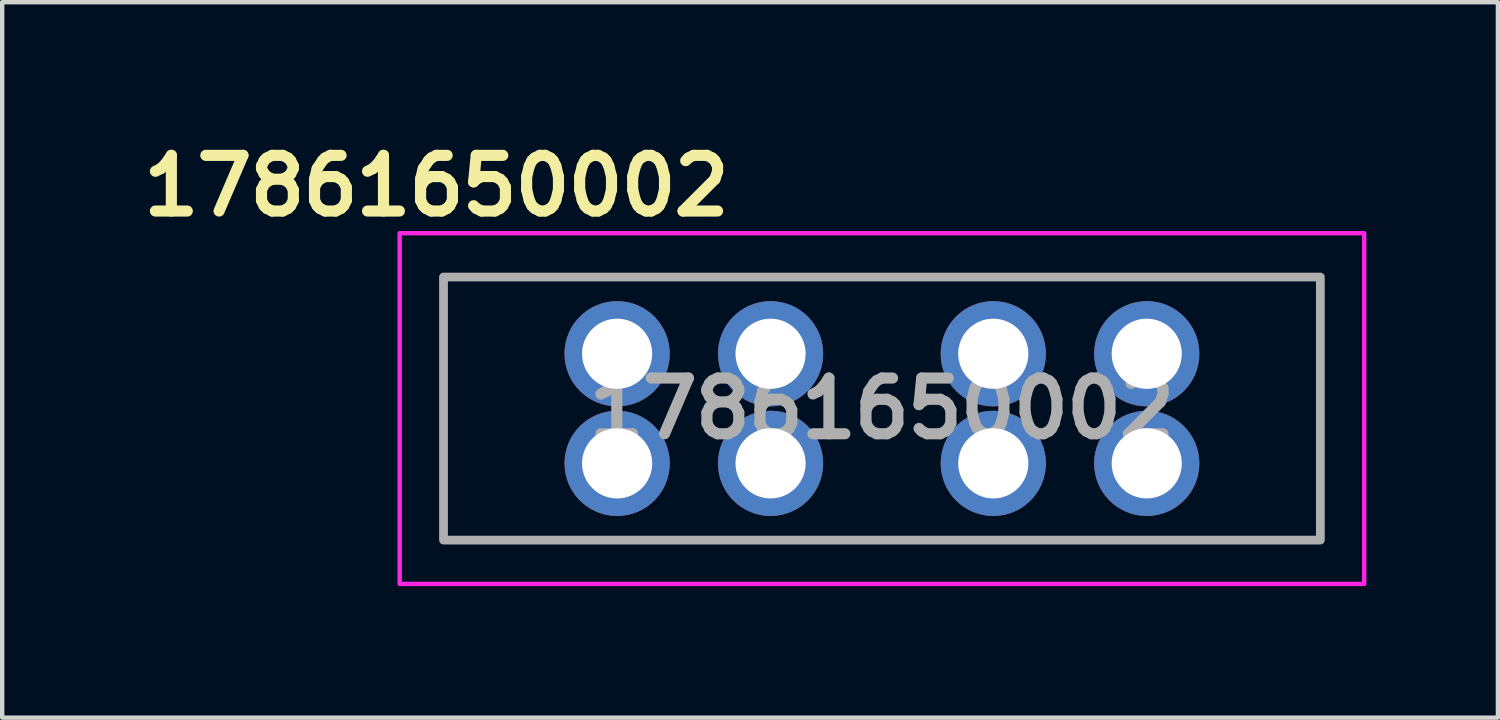
<source format=kicad_pcb>
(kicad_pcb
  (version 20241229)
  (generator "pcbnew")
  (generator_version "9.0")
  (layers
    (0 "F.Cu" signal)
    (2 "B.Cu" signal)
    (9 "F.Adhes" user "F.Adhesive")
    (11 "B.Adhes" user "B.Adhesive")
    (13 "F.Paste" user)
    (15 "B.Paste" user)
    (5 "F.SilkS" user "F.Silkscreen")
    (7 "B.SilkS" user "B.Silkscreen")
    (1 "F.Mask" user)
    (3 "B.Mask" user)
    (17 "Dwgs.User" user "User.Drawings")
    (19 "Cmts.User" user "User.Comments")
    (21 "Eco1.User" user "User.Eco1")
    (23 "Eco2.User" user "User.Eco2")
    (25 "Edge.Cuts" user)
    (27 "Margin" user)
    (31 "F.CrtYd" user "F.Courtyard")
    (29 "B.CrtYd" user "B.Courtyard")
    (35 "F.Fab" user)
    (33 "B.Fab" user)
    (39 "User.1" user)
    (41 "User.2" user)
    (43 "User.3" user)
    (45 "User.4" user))
  (footprint "17861650002"
    (layer "F.Cu")
    (at 17.066 6.269)
    (property "Reference" "17861650002" (at -10.16 -5.08 0) (layer "F.SilkS") (effects (font (size 1.27 1.27) (thickness 0.254))))
    (attr through_hole)
    (fp_rect (start -10 -3) (end 10 3) (stroke (width 0.1) (type solid)) (fill no) (layer "F.SilkS"))
    (fp_rect (start -11 -4) (end 11 4) (stroke (width 0.1) (type solid)) (fill no) (layer "F.CrtYd"))
    (fp_rect (start -10 -3) (end 10 3) (stroke (width 0.2) (type solid)) (fill no) (layer "F.Fab"))
    (fp_text user "${REFERENCE}" (at 0 0 0) (layer "F.Fab") (effects (font (size 1.27 1.27) (thickness 0.254))))
    (pad "" np_thru_hole circle (at 0 -0.045) (size 0.001 0.001) (drill 2.65) (layers "*.Cu" "*.Mask"))
    (pad "1" thru_hole circle (at -6.04 -1.25) (size 2.4 2.4) (drill 1.6) (layers "*.Cu" "*.Mask"))
    (pad "1" thru_hole circle (at -6.04 1.25) (size 2.4 2.4) (drill 1.6) (layers "*.Cu" "*.Mask"))
    (pad "1" thru_hole circle (at -2.54 -1.25) (size 2.4 2.4) (drill 1.6) (layers "*.Cu" "*.Mask"))
    (pad "1" thru_hole circle (at -2.54 1.25) (size 2.4 2.4) (drill 1.6) (layers "*.Cu" "*.Mask"))
    (pad "2" thru_hole circle (at 2.54 -1.25) (size 2.4 2.4) (drill 1.6) (layers "*.Cu" "*.Mask"))
    (pad "2" thru_hole circle (at 2.54 1.25) (size 2.4 2.4) (drill 1.6) (layers "*.Cu" "*.Mask"))
    (pad "2" thru_hole circle (at 6.04 -1.25) (size 2.4 2.4) (drill 1.6) (layers "*.Cu" "*.Mask"))
    (pad "2" thru_hole circle (at 6.04 1.25) (size 2.4 2.4) (drill 1.6) (layers "*.Cu" "*.Mask")))
  (gr_rect
    (start -3 -3)
    (end 31.116 13.319)
    (stroke (width 0.1) (type default))
    (fill no)
    (layer "Edge.Cuts")))
</source>
